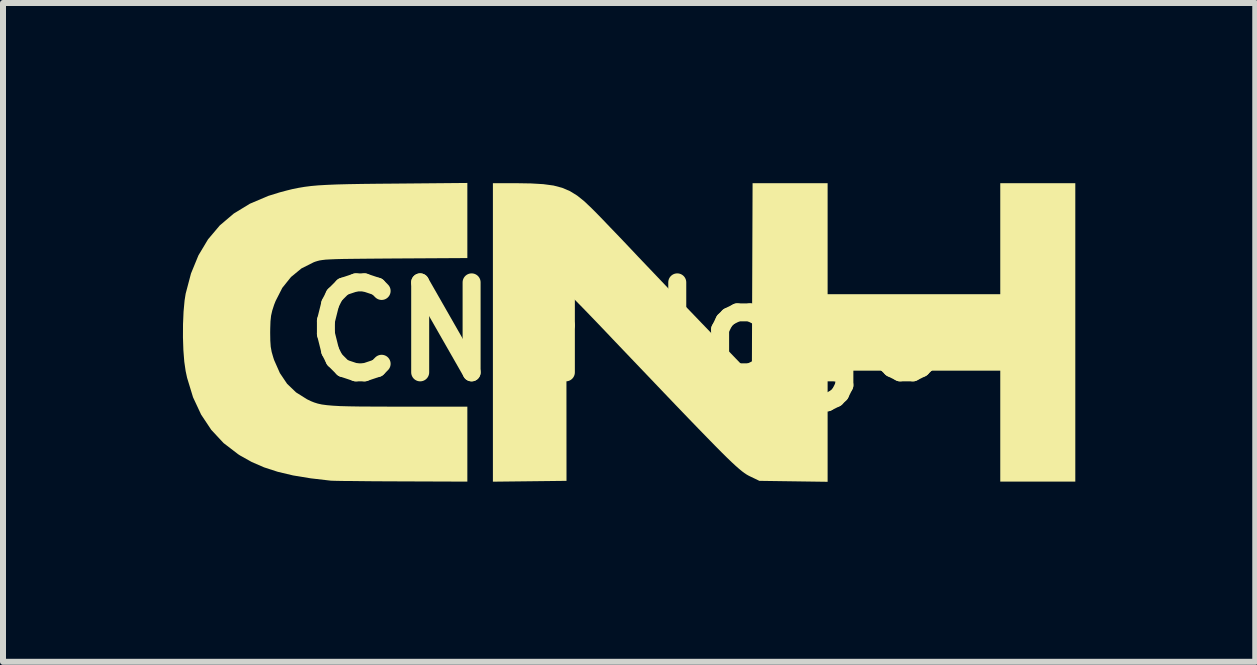
<source format=kicad_pcb>
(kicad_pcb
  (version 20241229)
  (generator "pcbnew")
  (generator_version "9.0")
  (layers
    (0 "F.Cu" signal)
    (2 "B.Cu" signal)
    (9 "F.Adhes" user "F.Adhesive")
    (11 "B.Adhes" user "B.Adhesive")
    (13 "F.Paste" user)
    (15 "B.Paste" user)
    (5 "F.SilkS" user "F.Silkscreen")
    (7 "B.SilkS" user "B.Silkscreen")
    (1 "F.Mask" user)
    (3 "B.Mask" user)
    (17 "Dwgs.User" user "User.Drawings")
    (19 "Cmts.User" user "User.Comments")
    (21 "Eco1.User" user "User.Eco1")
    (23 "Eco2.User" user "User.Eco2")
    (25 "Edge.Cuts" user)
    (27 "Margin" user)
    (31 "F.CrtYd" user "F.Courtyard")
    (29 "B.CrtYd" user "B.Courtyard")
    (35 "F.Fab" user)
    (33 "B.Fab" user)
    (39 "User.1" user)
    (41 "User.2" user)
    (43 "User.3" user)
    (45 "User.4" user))
  (footprint "CNH logo"
    (layer "F.Cu")
    (at 7.419 2.479)
    (property "Reference" "CNH logo" (at 0 0 0) (layer "F.SilkS") (effects (font (size 1.5 1.5) (thickness 0.3))))
    (attr board_only exclude_from_pos_files exclude_from_bom)
    (fp_poly (pts (xy 2.703 -2.475) (xy 3.328 -2.475) (xy 3.328 -1.55) (xy 3.328 -0.625) (xy 4.767 -0.625) (xy 6.206 -0.625) (xy 6.206 -1.55) (xy 6.206 -2.475) (xy 6.832 -2.475) (xy 7.457 -2.475) (xy 7.457 0.013) (xy 7.457 2.5) (xy 6.832 2.5) (xy 6.206 2.5) (xy 6.206 1.575) (xy 6.206 0.65) (xy 4.767 0.65) (xy 3.328 0.65) (xy 3.328 1.577) (xy 3.328 2.503) (xy 2.759 2.495) (xy 2.19 2.487) (xy 2.04 2.415) (xy 2.008 2.399) (xy 1.975 2.38) (xy 1.939 2.356) (xy 1.899 2.326) (xy 1.852 2.287) (xy 1.796 2.238) (xy 1.73 2.177) (xy 1.651 2.101) (xy 1.558 2.009) (xy 1.449 1.899) (xy 1.321 1.768) (xy 1.173 1.616) (xy 1.003 1.44) (xy 0.808 1.237) (xy 0.588 1.007) (xy 0.34 0.747) (xy 0.061 0.455) (xy -0.249 0.13) (xy -0.358 0.015) (xy -0.502 -0.136) (xy -0.635 -0.274) (xy -0.754 -0.397) (xy -0.854 -0.499) (xy -0.932 -0.578) (xy -0.983 -0.628) (xy -1.003 -0.646) (xy -1.008 -0.623) (xy -1.012 -0.553) (xy -1.016 -0.436) (xy -1.019 -0.277) (xy -1.022 -0.076) (xy -1.024 0.164) (xy -1.025 0.44) (xy -1.026 0.752) (xy -1.026 0.917) (xy -1.025 2.487) (xy -1.638 2.494) (xy -2.252 2.501) (xy -2.252 0.013) (xy -2.252 -2.475) (xy -1.858 -2.475) (xy -1.614 -2.471) (xy -1.411 -2.459) (xy -1.241 -2.436) (xy -1.097 -2.398) (xy -0.968 -2.343) (xy -0.848 -2.269) (xy -0.728 -2.173) (xy -0.607 -2.058) (xy -0.525 -1.976) (xy -0.417 -1.865) (xy -0.292 -1.734) (xy -0.156 -1.593) (xy -0.019 -1.449) (xy 0.051 -1.375) (xy 0.165 -1.254) (xy 0.308 -1.104) (xy 0.472 -0.932) (xy 0.651 -0.744) (xy 0.839 -0.547) (xy 1.03 -0.349) (xy 1.216 -0.155) (xy 1.276 -0.093) (xy 2.065 0.726) (xy 2.071 -0.874) (xy 2.077 -2.475)) (stroke (width 0) (type solid)) (fill yes) (layer "F.SilkS"))
    (fp_poly (pts (xy -2.678 -1.853) (xy -2.678 -1.227) (xy -3.885 -1.22) (xy -4.163 -1.218) (xy -4.395 -1.216) (xy -4.586 -1.214) (xy -4.741 -1.212) (xy -4.865 -1.209) (xy -4.963 -1.205) (xy -5.038 -1.201) (xy -5.097 -1.194) (xy -5.142 -1.187) (xy -5.18 -1.177) (xy -5.215 -1.166) (xy -5.239 -1.157) (xy -5.444 -1.054) (xy -5.618 -0.911) (xy -5.763 -0.73) (xy -5.875 -0.51) (xy -5.899 -0.449) (xy -5.93 -0.353) (xy -5.95 -0.266) (xy -5.96 -0.172) (xy -5.964 -0.054) (xy -5.965 0.013) (xy -5.963 0.148) (xy -5.956 0.251) (xy -5.94 0.338) (xy -5.914 0.428) (xy -5.899 0.474) (xy -5.803 0.691) (xy -5.683 0.869) (xy -5.534 1.012) (xy -5.351 1.127) (xy -5.343 1.131) (xy -5.287 1.158) (xy -5.232 1.18) (xy -5.172 1.199) (xy -5.104 1.214) (xy -5.022 1.225) (xy -4.921 1.234) (xy -4.797 1.241) (xy -4.645 1.245) (xy -4.459 1.248) (xy -4.236 1.249) (xy -3.969 1.25) (xy -3.815 1.25) (xy -2.678 1.25) (xy -2.678 1.875) (xy -2.678 2.5) (xy -3.772 2.496) (xy -4.005 2.495) (xy -4.225 2.494) (xy -4.426 2.492) (xy -4.603 2.49) (xy -4.751 2.489) (xy -4.863 2.487) (xy -4.934 2.485) (xy -4.955 2.484) (xy -5.29 2.445) (xy -5.582 2.397) (xy -5.839 2.336) (xy -6.067 2.262) (xy -6.274 2.172) (xy -6.467 2.064) (xy -6.501 2.042) (xy -6.742 1.857) (xy -6.947 1.637) (xy -7.116 1.383) (xy -7.251 1.094) (xy -7.35 0.769) (xy -7.374 0.658) (xy -7.397 0.5) (xy -7.412 0.307) (xy -7.419 0.094) (xy -7.418 -0.124) (xy -7.409 -0.334) (xy -7.392 -0.519) (xy -7.374 -0.633) (xy -7.285 -0.97) (xy -7.161 -1.272) (xy -7.001 -1.539) (xy -6.805 -1.771) (xy -6.572 -1.969) (xy -6.303 -2.133) (xy -5.997 -2.263) (xy -5.803 -2.323) (xy -5.694 -2.352) (xy -5.593 -2.377) (xy -5.494 -2.397) (xy -5.393 -2.414) (xy -5.284 -2.428) (xy -5.161 -2.439) (xy -5.019 -2.447) (xy -4.854 -2.454) (xy -4.658 -2.459) (xy -4.428 -2.463) (xy -4.157 -2.466) (xy -3.91 -2.468) (xy -2.678 -2.479)) (stroke (width 0) (type solid)) (fill yes) (layer "F.SilkS")))
  (gr_rect
    (start -3 -3)
    (end 17.876 7.983)
    (stroke (width 0.1) (type default))
    (fill no)
    (layer "Edge.Cuts")))
</source>
